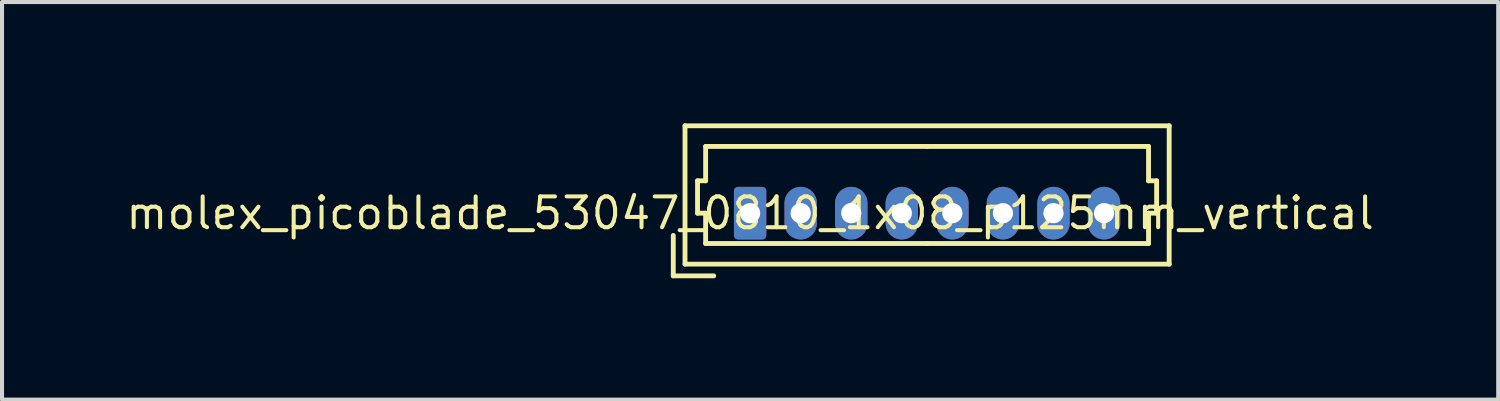
<source format=kicad_pcb>
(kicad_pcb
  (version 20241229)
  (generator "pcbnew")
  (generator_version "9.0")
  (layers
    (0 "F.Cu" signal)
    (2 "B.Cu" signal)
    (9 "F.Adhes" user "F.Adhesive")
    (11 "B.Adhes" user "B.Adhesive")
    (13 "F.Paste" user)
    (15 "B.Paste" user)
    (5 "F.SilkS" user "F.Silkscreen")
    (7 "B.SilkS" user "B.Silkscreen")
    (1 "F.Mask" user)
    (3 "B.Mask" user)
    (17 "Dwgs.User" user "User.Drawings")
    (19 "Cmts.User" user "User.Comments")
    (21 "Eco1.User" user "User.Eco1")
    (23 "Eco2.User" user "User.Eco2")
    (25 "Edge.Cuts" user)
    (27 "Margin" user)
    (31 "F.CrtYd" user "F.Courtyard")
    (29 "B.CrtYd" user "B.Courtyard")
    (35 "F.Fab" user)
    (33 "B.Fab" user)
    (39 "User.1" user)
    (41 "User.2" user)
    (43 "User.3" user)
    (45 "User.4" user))
  (footprint "molex_picoblade_53047_0810_1x08_p125mm_vertical"
    (layer "F.Cu")
    (at 15.495 2.22)
    (property "Reference" "molex_picoblade_53047_0810_1x08_p125mm_vertical" (at 0 0 0) (layer "F.SilkS") (effects (font (size 0.762 0.762) (thickness 0.1))))
    (attr through_hole)
    (fp_poly (pts (xy 1.8 -0.25) (xy 1.789 -0.357) (xy 1.758 -0.46) (xy 1.707 -0.556) (xy 1.639 -0.639) (xy 1.556 -0.707) (xy 1.46 -0.758) (xy 1.357 -0.789) (xy 1.25 -0.8) (xy 1.143 -0.789) (xy 1.04 -0.758) (xy 0.944 -0.707) (xy 0.861 -0.639) (xy 0.793 -0.556) (xy 0.742 -0.46) (xy 0.711 -0.357) (xy 0.7 -0.25) (xy 0.7 0.25) (xy 0.711 0.357) (xy 0.742 0.46) (xy 0.793 0.556) (xy 0.861 0.639) (xy 0.944 0.707) (xy 1.04 0.758) (xy 1.143 0.789) (xy 1.25 0.8) (xy 1.357 0.789) (xy 1.46 0.758) (xy 1.556 0.707) (xy 1.639 0.639) (xy 1.707 0.556) (xy 1.758 0.46) (xy 1.789 0.357) (xy 1.8 0.25)) (stroke (width 0) (type solid)) (fill yes) (layer "F.Mask"))
    (fp_poly (pts (xy 3.05 -0.25) (xy 3.039 -0.357) (xy 3.008 -0.46) (xy 2.957 -0.556) (xy 2.889 -0.639) (xy 2.806 -0.707) (xy 2.71 -0.758) (xy 2.607 -0.789) (xy 2.5 -0.8) (xy 2.393 -0.789) (xy 2.29 -0.758) (xy 2.194 -0.707) (xy 2.111 -0.639) (xy 2.043 -0.556) (xy 1.992 -0.46) (xy 1.961 -0.357) (xy 1.95 -0.25) (xy 1.95 0.25) (xy 1.961 0.357) (xy 1.992 0.46) (xy 2.043 0.556) (xy 2.111 0.639) (xy 2.194 0.707) (xy 2.29 0.758) (xy 2.393 0.789) (xy 2.5 0.8) (xy 2.607 0.789) (xy 2.71 0.758) (xy 2.806 0.707) (xy 2.889 0.639) (xy 2.957 0.556) (xy 3.008 0.46) (xy 3.039 0.357) (xy 3.05 0.25)) (stroke (width 0) (type solid)) (fill yes) (layer "F.Mask"))
    (fp_poly (pts (xy 4.3 -0.25) (xy 4.289 -0.357) (xy 4.258 -0.46) (xy 4.207 -0.556) (xy 4.139 -0.639) (xy 4.056 -0.707) (xy 3.96 -0.758) (xy 3.857 -0.789) (xy 3.75 -0.8) (xy 3.643 -0.789) (xy 3.54 -0.758) (xy 3.444 -0.707) (xy 3.361 -0.639) (xy 3.293 -0.556) (xy 3.242 -0.46) (xy 3.211 -0.357) (xy 3.2 -0.25) (xy 3.2 0.25) (xy 3.211 0.357) (xy 3.242 0.46) (xy 3.293 0.556) (xy 3.361 0.639) (xy 3.444 0.707) (xy 3.54 0.758) (xy 3.643 0.789) (xy 3.75 0.8) (xy 3.857 0.789) (xy 3.96 0.758) (xy 4.056 0.707) (xy 4.139 0.639) (xy 4.207 0.556) (xy 4.258 0.46) (xy 4.289 0.357) (xy 4.3 0.25)) (stroke (width 0) (type solid)) (fill yes) (layer "F.Mask"))
    (fp_poly (pts (xy 5.55 -0.25) (xy 5.539 -0.357) (xy 5.508 -0.46) (xy 5.457 -0.556) (xy 5.389 -0.639) (xy 5.306 -0.707) (xy 5.21 -0.758) (xy 5.107 -0.789) (xy 5 -0.8) (xy 4.893 -0.789) (xy 4.79 -0.758) (xy 4.694 -0.707) (xy 4.611 -0.639) (xy 4.543 -0.556) (xy 4.492 -0.46) (xy 4.461 -0.357) (xy 4.45 -0.25) (xy 4.45 0.25) (xy 4.461 0.357) (xy 4.492 0.46) (xy 4.543 0.556) (xy 4.611 0.639) (xy 4.694 0.707) (xy 4.79 0.758) (xy 4.893 0.789) (xy 5 0.8) (xy 5.107 0.789) (xy 5.21 0.758) (xy 5.306 0.707) (xy 5.389 0.639) (xy 5.457 0.556) (xy 5.508 0.46) (xy 5.539 0.357) (xy 5.55 0.25)) (stroke (width 0) (type solid)) (fill yes) (layer "F.Mask"))
    (fp_poly (pts (xy 6.8 -0.25) (xy 6.789 -0.357) (xy 6.758 -0.46) (xy 6.707 -0.556) (xy 6.639 -0.639) (xy 6.556 -0.707) (xy 6.46 -0.758) (xy 6.357 -0.789) (xy 6.25 -0.8) (xy 6.143 -0.789) (xy 6.04 -0.758) (xy 5.944 -0.707) (xy 5.861 -0.639) (xy 5.793 -0.556) (xy 5.742 -0.46) (xy 5.711 -0.357) (xy 5.7 -0.25) (xy 5.7 0.25) (xy 5.711 0.357) (xy 5.742 0.46) (xy 5.793 0.556) (xy 5.861 0.639) (xy 5.944 0.707) (xy 6.04 0.758) (xy 6.143 0.789) (xy 6.25 0.8) (xy 6.357 0.789) (xy 6.46 0.758) (xy 6.556 0.707) (xy 6.639 0.639) (xy 6.707 0.556) (xy 6.758 0.46) (xy 6.789 0.357) (xy 6.8 0.25)) (stroke (width 0) (type solid)) (fill yes) (layer "F.Mask"))
    (fp_poly (pts (xy 8.05 -0.25) (xy 8.039 -0.357) (xy 8.008 -0.46) (xy 7.957 -0.556) (xy 7.889 -0.639) (xy 7.806 -0.707) (xy 7.71 -0.758) (xy 7.607 -0.789) (xy 7.5 -0.8) (xy 7.393 -0.789) (xy 7.29 -0.758) (xy 7.194 -0.707) (xy 7.111 -0.639) (xy 7.043 -0.556) (xy 6.992 -0.46) (xy 6.961 -0.357) (xy 6.95 -0.25) (xy 6.95 0.25) (xy 6.961 0.357) (xy 6.992 0.46) (xy 7.043 0.556) (xy 7.111 0.639) (xy 7.194 0.707) (xy 7.29 0.758) (xy 7.393 0.789) (xy 7.5 0.8) (xy 7.607 0.789) (xy 7.71 0.758) (xy 7.806 0.707) (xy 7.889 0.639) (xy 7.957 0.556) (xy 8.008 0.46) (xy 8.039 0.357) (xy 8.05 0.25)) (stroke (width 0) (type solid)) (fill yes) (layer "F.Mask"))
    (fp_poly (pts (xy 9.3 -0.25) (xy 9.289 -0.357) (xy 9.258 -0.46) (xy 9.207 -0.556) (xy 9.139 -0.639) (xy 9.056 -0.707) (xy 8.96 -0.758) (xy 8.857 -0.789) (xy 8.75 -0.8) (xy 8.643 -0.789) (xy 8.54 -0.758) (xy 8.444 -0.707) (xy 8.361 -0.639) (xy 8.293 -0.556) (xy 8.242 -0.46) (xy 8.211 -0.357) (xy 8.2 -0.25) (xy 8.2 0.25) (xy 8.211 0.357) (xy 8.242 0.46) (xy 8.293 0.556) (xy 8.361 0.639) (xy 8.444 0.707) (xy 8.54 0.758) (xy 8.643 0.789) (xy 8.75 0.8) (xy 8.857 0.789) (xy 8.96 0.758) (xy 9.056 0.707) (xy 9.139 0.639) (xy 9.207 0.556) (xy 9.258 0.46) (xy 9.289 0.357) (xy 9.3 0.25)) (stroke (width 0) (type solid)) (fill yes) (layer "F.Mask"))
    (fp_poly (pts (xy 0.55 -0.55) (xy 0.545 -0.599) (xy 0.531 -0.646) (xy 0.508 -0.689) (xy 0.477 -0.727) (xy 0.439 -0.758) (xy 0.396 -0.781) (xy 0.349 -0.795) (xy 0.3 -0.8) (xy -0.3 -0.8) (xy -0.349 -0.795) (xy -0.396 -0.781) (xy -0.439 -0.758) (xy -0.477 -0.727) (xy -0.508 -0.689) (xy -0.531 -0.646) (xy -0.545 -0.599) (xy -0.55 -0.55) (xy -0.55 0.55) (xy -0.545 0.599) (xy -0.531 0.646) (xy -0.508 0.689) (xy -0.477 0.727) (xy -0.439 0.758) (xy -0.396 0.781) (xy -0.349 0.795) (xy -0.3 0.8) (xy 0.3 0.8) (xy 0.349 0.795) (xy 0.396 0.781) (xy 0.439 0.758) (xy 0.477 0.727) (xy 0.508 0.689) (xy 0.531 0.646) (xy 0.545 0.599) (xy 0.55 0.55)) (stroke (width 0) (type solid)) (fill yes) (layer "F.Mask"))
    (fp_poly (pts (xy 1.8 -0.25) (xy 1.789 -0.357) (xy 1.758 -0.46) (xy 1.707 -0.556) (xy 1.639 -0.639) (xy 1.556 -0.707) (xy 1.46 -0.758) (xy 1.357 -0.789) (xy 1.25 -0.8) (xy 1.143 -0.789) (xy 1.04 -0.758) (xy 0.944 -0.707) (xy 0.861 -0.639) (xy 0.793 -0.556) (xy 0.742 -0.46) (xy 0.711 -0.357) (xy 0.7 -0.25) (xy 0.7 0.25) (xy 0.711 0.357) (xy 0.742 0.46) (xy 0.793 0.556) (xy 0.861 0.639) (xy 0.944 0.707) (xy 1.04 0.758) (xy 1.143 0.789) (xy 1.25 0.8) (xy 1.357 0.789) (xy 1.46 0.758) (xy 1.556 0.707) (xy 1.639 0.639) (xy 1.707 0.556) (xy 1.758 0.46) (xy 1.789 0.357) (xy 1.8 0.25)) (stroke (width 0) (type solid)) (fill yes) (layer "B.Mask"))
    (fp_poly (pts (xy 3.05 -0.25) (xy 3.039 -0.357) (xy 3.008 -0.46) (xy 2.957 -0.556) (xy 2.889 -0.639) (xy 2.806 -0.707) (xy 2.71 -0.758) (xy 2.607 -0.789) (xy 2.5 -0.8) (xy 2.393 -0.789) (xy 2.29 -0.758) (xy 2.194 -0.707) (xy 2.111 -0.639) (xy 2.043 -0.556) (xy 1.992 -0.46) (xy 1.961 -0.357) (xy 1.95 -0.25) (xy 1.95 0.25) (xy 1.961 0.357) (xy 1.992 0.46) (xy 2.043 0.556) (xy 2.111 0.639) (xy 2.194 0.707) (xy 2.29 0.758) (xy 2.393 0.789) (xy 2.5 0.8) (xy 2.607 0.789) (xy 2.71 0.758) (xy 2.806 0.707) (xy 2.889 0.639) (xy 2.957 0.556) (xy 3.008 0.46) (xy 3.039 0.357) (xy 3.05 0.25)) (stroke (width 0) (type solid)) (fill yes) (layer "B.Mask"))
    (fp_poly (pts (xy 4.3 -0.25) (xy 4.289 -0.357) (xy 4.258 -0.46) (xy 4.207 -0.556) (xy 4.139 -0.639) (xy 4.056 -0.707) (xy 3.96 -0.758) (xy 3.857 -0.789) (xy 3.75 -0.8) (xy 3.643 -0.789) (xy 3.54 -0.758) (xy 3.444 -0.707) (xy 3.361 -0.639) (xy 3.293 -0.556) (xy 3.242 -0.46) (xy 3.211 -0.357) (xy 3.2 -0.25) (xy 3.2 0.25) (xy 3.211 0.357) (xy 3.242 0.46) (xy 3.293 0.556) (xy 3.361 0.639) (xy 3.444 0.707) (xy 3.54 0.758) (xy 3.643 0.789) (xy 3.75 0.8) (xy 3.857 0.789) (xy 3.96 0.758) (xy 4.056 0.707) (xy 4.139 0.639) (xy 4.207 0.556) (xy 4.258 0.46) (xy 4.289 0.357) (xy 4.3 0.25)) (stroke (width 0) (type solid)) (fill yes) (layer "B.Mask"))
    (fp_poly (pts (xy 5.55 -0.25) (xy 5.539 -0.357) (xy 5.508 -0.46) (xy 5.457 -0.556) (xy 5.389 -0.639) (xy 5.306 -0.707) (xy 5.21 -0.758) (xy 5.107 -0.789) (xy 5 -0.8) (xy 4.893 -0.789) (xy 4.79 -0.758) (xy 4.694 -0.707) (xy 4.611 -0.639) (xy 4.543 -0.556) (xy 4.492 -0.46) (xy 4.461 -0.357) (xy 4.45 -0.25) (xy 4.45 0.25) (xy 4.461 0.357) (xy 4.492 0.46) (xy 4.543 0.556) (xy 4.611 0.639) (xy 4.694 0.707) (xy 4.79 0.758) (xy 4.893 0.789) (xy 5 0.8) (xy 5.107 0.789) (xy 5.21 0.758) (xy 5.306 0.707) (xy 5.389 0.639) (xy 5.457 0.556) (xy 5.508 0.46) (xy 5.539 0.357) (xy 5.55 0.25)) (stroke (width 0) (type solid)) (fill yes) (layer "B.Mask"))
    (fp_poly (pts (xy 6.8 -0.25) (xy 6.789 -0.357) (xy 6.758 -0.46) (xy 6.707 -0.556) (xy 6.639 -0.639) (xy 6.556 -0.707) (xy 6.46 -0.758) (xy 6.357 -0.789) (xy 6.25 -0.8) (xy 6.143 -0.789) (xy 6.04 -0.758) (xy 5.944 -0.707) (xy 5.861 -0.639) (xy 5.793 -0.556) (xy 5.742 -0.46) (xy 5.711 -0.357) (xy 5.7 -0.25) (xy 5.7 0.25) (xy 5.711 0.357) (xy 5.742 0.46) (xy 5.793 0.556) (xy 5.861 0.639) (xy 5.944 0.707) (xy 6.04 0.758) (xy 6.143 0.789) (xy 6.25 0.8) (xy 6.357 0.789) (xy 6.46 0.758) (xy 6.556 0.707) (xy 6.639 0.639) (xy 6.707 0.556) (xy 6.758 0.46) (xy 6.789 0.357) (xy 6.8 0.25)) (stroke (width 0) (type solid)) (fill yes) (layer "B.Mask"))
    (fp_poly (pts (xy 8.05 -0.25) (xy 8.039 -0.357) (xy 8.008 -0.46) (xy 7.957 -0.556) (xy 7.889 -0.639) (xy 7.806 -0.707) (xy 7.71 -0.758) (xy 7.607 -0.789) (xy 7.5 -0.8) (xy 7.393 -0.789) (xy 7.29 -0.758) (xy 7.194 -0.707) (xy 7.111 -0.639) (xy 7.043 -0.556) (xy 6.992 -0.46) (xy 6.961 -0.357) (xy 6.95 -0.25) (xy 6.95 0.25) (xy 6.961 0.357) (xy 6.992 0.46) (xy 7.043 0.556) (xy 7.111 0.639) (xy 7.194 0.707) (xy 7.29 0.758) (xy 7.393 0.789) (xy 7.5 0.8) (xy 7.607 0.789) (xy 7.71 0.758) (xy 7.806 0.707) (xy 7.889 0.639) (xy 7.957 0.556) (xy 8.008 0.46) (xy 8.039 0.357) (xy 8.05 0.25)) (stroke (width 0) (type solid)) (fill yes) (layer "B.Mask"))
    (fp_poly (pts (xy 9.3 -0.25) (xy 9.289 -0.357) (xy 9.258 -0.46) (xy 9.207 -0.556) (xy 9.139 -0.639) (xy 9.056 -0.707) (xy 8.96 -0.758) (xy 8.857 -0.789) (xy 8.75 -0.8) (xy 8.643 -0.789) (xy 8.54 -0.758) (xy 8.444 -0.707) (xy 8.361 -0.639) (xy 8.293 -0.556) (xy 8.242 -0.46) (xy 8.211 -0.357) (xy 8.2 -0.25) (xy 8.2 0.25) (xy 8.211 0.357) (xy 8.242 0.46) (xy 8.293 0.556) (xy 8.361 0.639) (xy 8.444 0.707) (xy 8.54 0.758) (xy 8.643 0.789) (xy 8.75 0.8) (xy 8.857 0.789) (xy 8.96 0.758) (xy 9.056 0.707) (xy 9.139 0.639) (xy 9.207 0.556) (xy 9.258 0.46) (xy 9.289 0.357) (xy 9.3 0.25)) (stroke (width 0) (type solid)) (fill yes) (layer "B.Mask"))
    (fp_poly (pts (xy 0.55 -0.55) (xy 0.545 -0.599) (xy 0.531 -0.646) (xy 0.508 -0.689) (xy 0.477 -0.727) (xy 0.439 -0.758) (xy 0.396 -0.781) (xy 0.349 -0.795) (xy 0.3 -0.8) (xy -0.3 -0.8) (xy -0.349 -0.795) (xy -0.396 -0.781) (xy -0.439 -0.758) (xy -0.477 -0.727) (xy -0.508 -0.689) (xy -0.531 -0.646) (xy -0.545 -0.599) (xy -0.55 -0.55) (xy -0.55 0.55) (xy -0.545 0.599) (xy -0.531 0.646) (xy -0.508 0.689) (xy -0.477 0.727) (xy -0.439 0.758) (xy -0.396 0.781) (xy -0.349 0.795) (xy -0.3 0.8) (xy 0.3 0.8) (xy 0.349 0.795) (xy 0.396 0.781) (xy 0.439 0.758) (xy 0.477 0.727) (xy 0.508 0.689) (xy 0.531 0.646) (xy 0.545 0.599) (xy 0.55 0.55)) (stroke (width 0) (type solid)) (fill yes) (layer "B.Mask"))
    (fp_line (start -1.9 1.55) (end -1.9 0.55) (stroke (width 0.12) (type solid)) (layer "F.SilkS"))
    (fp_line (start -1.9 1.55) (end -0.9 1.55) (stroke (width 0.12) (type solid)) (layer "F.SilkS"))
    (fp_line (start -1.61 -2.16) (end -1.61 1.26) (stroke (width 0.12) (type solid)) (layer "F.SilkS"))
    (fp_line (start -1.61 1.26) (end 10.36 1.26) (stroke (width 0.12) (type solid)) (layer "F.SilkS"))
    (fp_line (start -1.3 -0.8) (end -1.1 -0.8) (stroke (width 0.12) (type solid)) (layer "F.SilkS"))
    (fp_line (start -1.3 0) (end -1.3 -0.8) (stroke (width 0.12) (type solid)) (layer "F.SilkS"))
    (fp_line (start -1.1 -1.65) (end 4.375 -1.65) (stroke (width 0.12) (type solid)) (layer "F.SilkS"))
    (fp_line (start -1.1 -0.8) (end -1.1 -1.65) (stroke (width 0.12) (type solid)) (layer "F.SilkS"))
    (fp_line (start -1.1 0) (end -1.3 0) (stroke (width 0.12) (type solid)) (layer "F.SilkS"))
    (fp_line (start -1.1 0.75) (end -1.1 0) (stroke (width 0.12) (type solid)) (layer "F.SilkS"))
    (fp_line (start 4.375 0.75) (end -1.1 0.75) (stroke (width 0.12) (type solid)) (layer "F.SilkS"))
    (fp_line (start 4.375 0.75) (end 9.85 0.75) (stroke (width 0.12) (type solid)) (layer "F.SilkS"))
    (fp_line (start 9.85 -1.65) (end 4.375 -1.65) (stroke (width 0.12) (type solid)) (layer "F.SilkS"))
    (fp_line (start 9.85 -0.8) (end 9.85 -1.65) (stroke (width 0.12) (type solid)) (layer "F.SilkS"))
    (fp_line (start 9.85 0) (end 10.05 0) (stroke (width 0.12) (type solid)) (layer "F.SilkS"))
    (fp_line (start 9.85 0.75) (end 9.85 0) (stroke (width 0.12) (type solid)) (layer "F.SilkS"))
    (fp_line (start 10.05 -0.8) (end 9.85 -0.8) (stroke (width 0.12) (type solid)) (layer "F.SilkS"))
    (fp_line (start 10.05 0) (end 10.05 -0.8) (stroke (width 0.12) (type solid)) (layer "F.SilkS"))
    (fp_line (start 10.36 -2.16) (end -1.61 -2.16) (stroke (width 0.12) (type solid)) (layer "F.SilkS"))
    (fp_line (start 10.36 1.26) (end 10.36 -2.16) (stroke (width 0.12) (type solid)) (layer "F.SilkS"))
    (pad "1" thru_hole roundrect (at 0 0) (size 0.8 1.3) (drill 0.5) (layers "*.Cu") (roundrect_rratio 0.125))
    (pad "2" thru_hole oval (at 1.25 0) (size 0.8 1.3) (drill 0.5) (layers "*.Cu"))
    (pad "3" thru_hole oval (at 2.5 0) (size 0.8 1.3) (drill 0.5) (layers "*.Cu"))
    (pad "4" thru_hole oval (at 3.75 0) (size 0.8 1.3) (drill 0.5) (layers "*.Cu"))
    (pad "5" thru_hole oval (at 5 0) (size 0.8 1.3) (drill 0.5) (layers "*.Cu"))
    (pad "6" thru_hole oval (at 6.25 0) (size 0.8 1.3) (drill 0.5) (layers "*.Cu"))
    (pad "7" thru_hole oval (at 7.5 0) (size 0.8 1.3) (drill 0.5) (layers "*.Cu"))
    (pad "8" thru_hole oval (at 8.75 0) (size 0.8 1.3) (drill 0.5) (layers "*.Cu")))
  (gr_rect
    (start -3 -3)
    (end 33.99 6.83)
    (stroke (width 0.1) (type default))
    (fill no)
    (layer "Edge.Cuts")))
</source>
